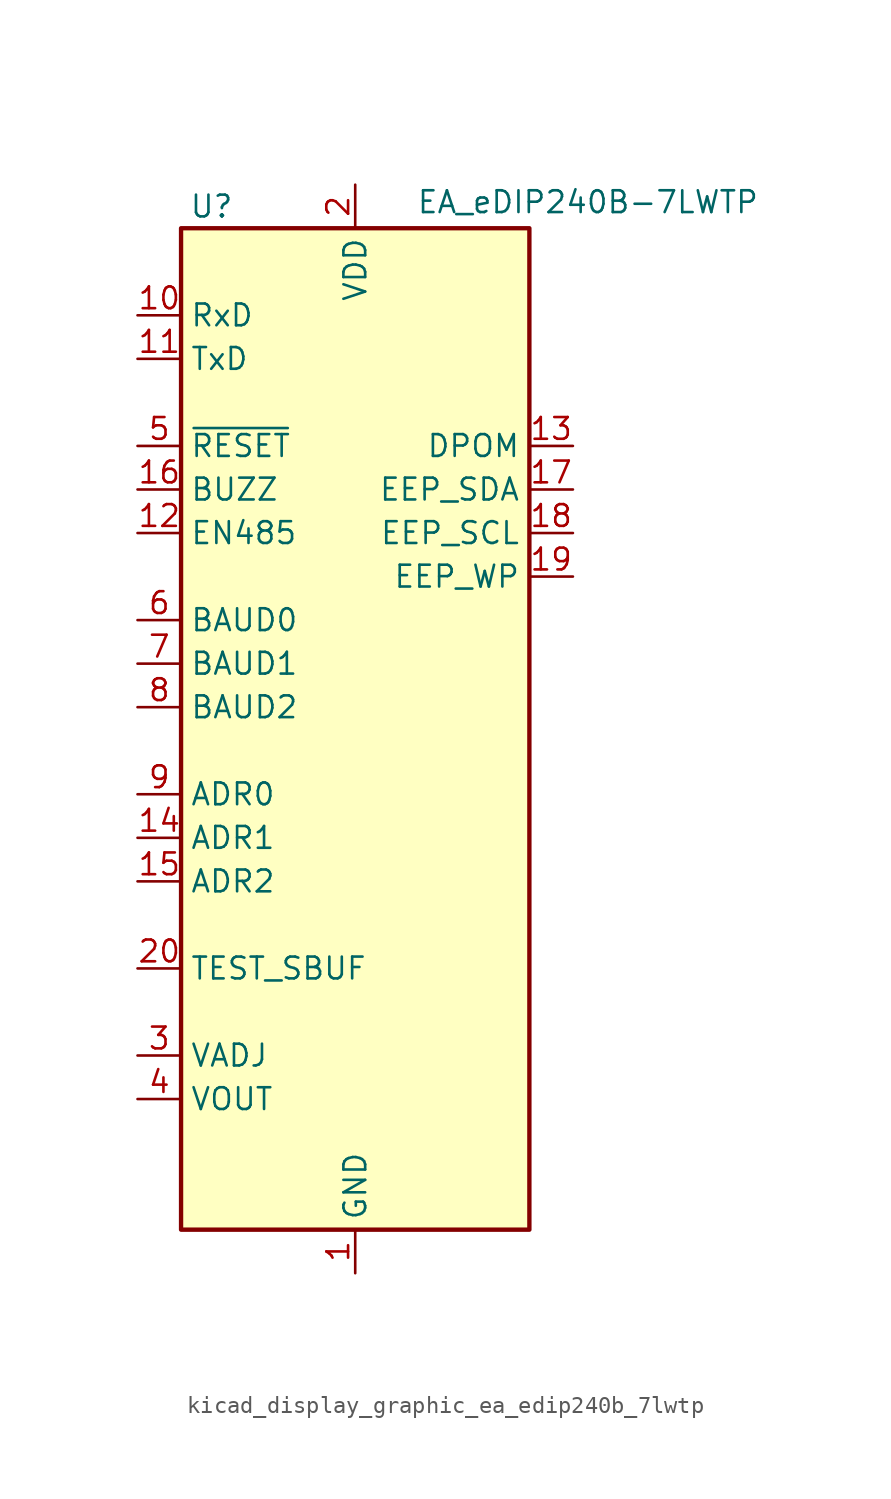
<source format=kicad_sym>
(kicad_symbol_lib
  (version 20220914)
  (generator kicad_symbol_editor)
  (symbol "kicad_display_graphic_ea_edip240b_7lwtp"
    (property "Reference" "U"
      (at -8.382 29.21 0)
      (effects (font (size 1.27 1.27))))
    (property "Value" "EA_eDIP240B-7LWTP"
      (at 3.556 29.464 0)
      (effects (font (size 1.27 1.27)) (justify left)))
    (symbol "kicad_display_graphic_ea_edip240b_7lwtp_0_1"
      (rectangle (start -10.16 27.94) (end 10.16 -30.48) (stroke (width 0.254) (type default)) (fill (type background))))
    (symbol "kicad_display_graphic_ea_edip240b_7lwtp_1_1"
      (pin power_in line (at 0 -33.02 90) (length 2.54) (name "GND" (effects (font (size 1.27 1.27)))) (number "1" (effects (font (size 1.27 1.27)))))
      (pin input line (at -12.7 22.86 0) (length 2.54) (name "RxD" (effects (font (size 1.27 1.27)))) (number "10" (effects (font (size 1.27 1.27)))))
      (pin output line (at -12.7 20.32 0) (length 2.54) (name "TxD" (effects (font (size 1.27 1.27)))) (number "11" (effects (font (size 1.27 1.27)))))
      (pin output line (at -12.7 10.16 0) (length 2.54) (name "EN485" (effects (font (size 1.27 1.27)))) (number "12" (effects (font (size 1.27 1.27)))))
      (pin input line (at 12.7 15.24 180) (length 2.54) (name "DPOM" (effects (font (size 1.27 1.27)))) (number "13" (effects (font (size 1.27 1.27)))))
      (pin input line (at -12.7 -7.62 0) (length 2.54) (name "ADR1" (effects (font (size 1.27 1.27)))) (number "14" (effects (font (size 1.27 1.27)))))
      (pin input line (at -12.7 -10.16 0) (length 2.54) (name "ADR2" (effects (font (size 1.27 1.27)))) (number "15" (effects (font (size 1.27 1.27)))))
      (pin output line (at -12.7 12.7 0) (length 2.54) (name "BUZZ" (effects (font (size 1.27 1.27)))) (number "16" (effects (font (size 1.27 1.27)))))
      (pin bidirectional line (at 12.7 12.7 180) (length 2.54) (name "EEP_SDA" (effects (font (size 1.27 1.27)))) (number "17" (effects (font (size 1.27 1.27)))))
      (pin output line (at 12.7 10.16 180) (length 2.54) (name "EEP_SCL" (effects (font (size 1.27 1.27)))) (number "18" (effects (font (size 1.27 1.27)))))
      (pin input line (at 12.7 7.62 180) (length 2.54) (name "EEP_WP" (effects (font (size 1.27 1.27)))) (number "19" (effects (font (size 1.27 1.27)))))
      (pin power_in line (at 0 30.48 270) (length 2.54) (name "VDD" (effects (font (size 1.27 1.27)))) (number "2" (effects (font (size 1.27 1.27)))))
      (pin open_collector line (at -12.7 -15.24 0) (length 2.54) (name "TEST_SBUF" (effects (font (size 1.27 1.27)))) (number "20" (effects (font (size 1.27 1.27)))))
      (pin no_connect line (at -10.16 -25.4 0) (length 2.54) hide (name "NC" (effects (font (size 1.27 1.27)))) (number "21" (effects (font (size 1.27 1.27)))))
      (pin no_connect line (at -10.16 -27.94 0) (length 2.54) hide (name "NC" (effects (font (size 1.27 1.27)))) (number "22" (effects (font (size 1.27 1.27)))))
      (pin no_connect line (at 10.16 25.4 180) (length 2.54) hide (name "NC" (effects (font (size 1.27 1.27)))) (number "23" (effects (font (size 1.27 1.27)))))
      (pin no_connect line (at 10.16 22.86 180) (length 2.54) hide (name "NC" (effects (font (size 1.27 1.27)))) (number "24" (effects (font (size 1.27 1.27)))))
      (pin no_connect line (at 10.16 20.32 180) (length 2.54) hide (name "NC" (effects (font (size 1.27 1.27)))) (number "25" (effects (font (size 1.27 1.27)))))
      (pin no_connect line (at 10.16 17.78 180) (length 2.54) hide (name "NC" (effects (font (size 1.27 1.27)))) (number "26" (effects (font (size 1.27 1.27)))))
      (pin no_connect line (at 10.16 5.08 180) (length 2.54) hide (name "NC" (effects (font (size 1.27 1.27)))) (number "27" (effects (font (size 1.27 1.27)))))
      (pin no_connect line (at 10.16 2.54 180) (length 2.54) hide (name "NC" (effects (font (size 1.27 1.27)))) (number "28" (effects (font (size 1.27 1.27)))))
      (pin no_connect line (at 10.16 0 180) (length 2.54) hide (name "NC" (effects (font (size 1.27 1.27)))) (number "29" (effects (font (size 1.27 1.27)))))
      (pin input line (at -12.7 -20.32 0) (length 2.54) (name "VADJ" (effects (font (size 1.27 1.27)))) (number "3" (effects (font (size 1.27 1.27)))))
      (pin no_connect line (at 10.16 -2.54 180) (length 2.54) hide (name "NC" (effects (font (size 1.27 1.27)))) (number "30" (effects (font (size 1.27 1.27)))))
      (pin no_connect line (at 10.16 -5.08 180) (length 2.54) hide (name "NC" (effects (font (size 1.27 1.27)))) (number "31" (effects (font (size 1.27 1.27)))))
      (pin no_connect line (at 10.16 -7.62 180) (length 2.54) hide (name "NC" (effects (font (size 1.27 1.27)))) (number "32" (effects (font (size 1.27 1.27)))))
      (pin no_connect line (at 10.16 -10.16 180) (length 2.54) hide (name "NC" (effects (font (size 1.27 1.27)))) (number "33" (effects (font (size 1.27 1.27)))))
      (pin no_connect line (at 10.16 -12.7 180) (length 2.54) hide (name "NC" (effects (font (size 1.27 1.27)))) (number "34" (effects (font (size 1.27 1.27)))))
      (pin no_connect line (at 10.16 -15.24 180) (length 2.54) hide (name "NC" (effects (font (size 1.27 1.27)))) (number "35" (effects (font (size 1.27 1.27)))))
      (pin no_connect line (at 10.16 -17.78 180) (length 2.54) hide (name "NC" (effects (font (size 1.27 1.27)))) (number "36" (effects (font (size 1.27 1.27)))))
      (pin no_connect line (at 10.16 -20.32 180) (length 2.54) hide (name "NC" (effects (font (size 1.27 1.27)))) (number "37" (effects (font (size 1.27 1.27)))))
      (pin no_connect line (at 10.16 -22.86 180) (length 2.54) hide (name "NC" (effects (font (size 1.27 1.27)))) (number "38" (effects (font (size 1.27 1.27)))))
      (pin no_connect line (at 10.16 -25.4 180) (length 2.54) hide (name "NC" (effects (font (size 1.27 1.27)))) (number "39" (effects (font (size 1.27 1.27)))))
      (pin output line (at -12.7 -22.86 0) (length 2.54) (name "VOUT" (effects (font (size 1.27 1.27)))) (number "4" (effects (font (size 1.27 1.27)))))
      (pin no_connect line (at 10.16 -27.94 180) (length 2.54) hide (name "NC" (effects (font (size 1.27 1.27)))) (number "40" (effects (font (size 1.27 1.27)))))
      (pin input line (at -12.7 15.24 0) (length 2.54) (name "~{RESET}" (effects (font (size 1.27 1.27)))) (number "5" (effects (font (size 1.27 1.27)))))
      (pin input line (at -12.7 5.08 0) (length 2.54) (name "BAUD0" (effects (font (size 1.27 1.27)))) (number "6" (effects (font (size 1.27 1.27)))))
      (pin input line (at -12.7 2.54 0) (length 2.54) (name "BAUD1" (effects (font (size 1.27 1.27)))) (number "7" (effects (font (size 1.27 1.27)))))
      (pin input line (at -12.7 0 0) (length 2.54) (name "BAUD2" (effects (font (size 1.27 1.27)))) (number "8" (effects (font (size 1.27 1.27)))))
      (pin input line (at -12.7 -5.08 0) (length 2.54) (name "ADR0" (effects (font (size 1.27 1.27)))) (number "9" (effects (font (size 1.27 1.27))))))))
</source>
